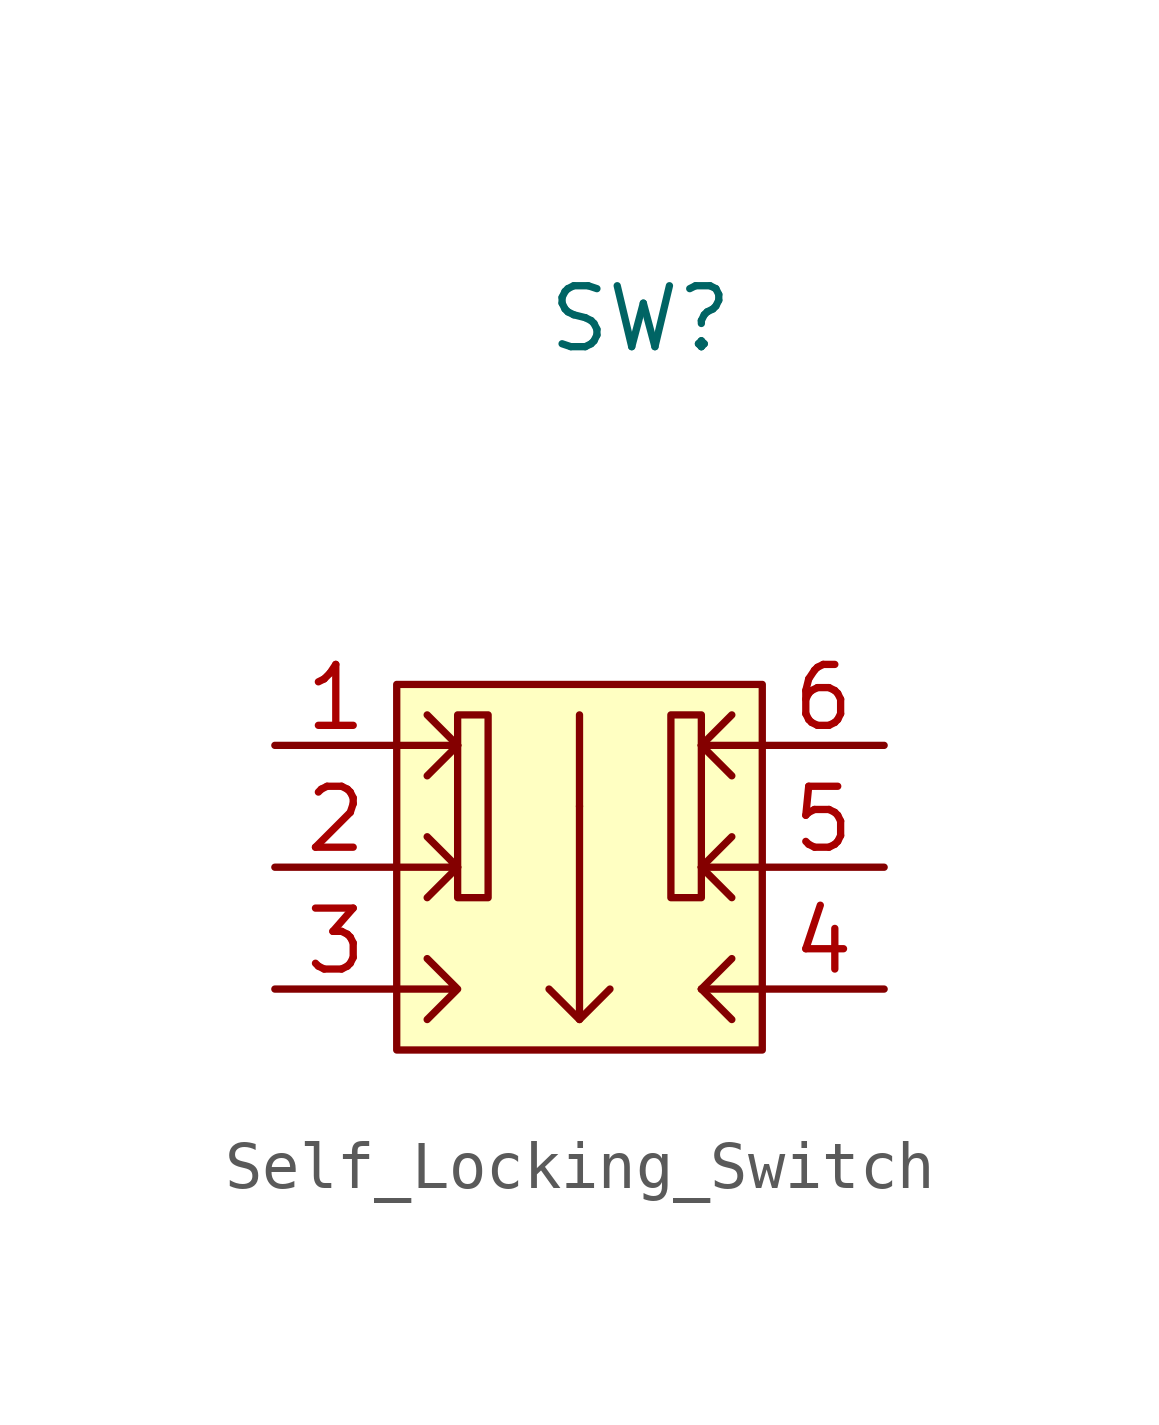
<source format=kicad_sym>
(kicad_symbol_lib
  (version 20220914)
  (generator kicad_symbol_editor)
  (symbol "Self_Locking_Switch"
    (property "Reference" "SW"
      (at 0 10.16 0)
      (effects (font (size 1.27 1.27))))
    (property "Value" ""
      (at -3.81 5.08 0)
      (effects (font (size 1.27 1.27))))
    (symbol "Self_Locking_Switch_0_1"
      (rectangle (start -5.08 2.54) (end 2.54 -5.08) (stroke (width 0) (type default)) (fill (type background)))
      (rectangle (start -1.27 0) (end -1.27 0) (stroke (width 0) (type default)) (fill (type none)))
      (polyline (pts (xy -5.08 1.27) (xy -3.81 1.27)) (stroke (width 0) (type default)) (fill (type none)))
      (polyline (pts (xy -3.81 -1.27) (xy -4.445 -1.905)) (stroke (width 0) (type default)) (fill (type none)))
      (polyline (pts (xy -3.81 1.27) (xy -4.445 0.635)) (stroke (width 0) (type default)) (fill (type none)))
      (polyline (pts (xy -3.81 1.27) (xy -4.445 1.905)) (stroke (width 0) (type default)) (fill (type none)))
      (polyline (pts (xy -1.27 -4.445) (xy -0.635 -3.81)) (stroke (width 0) (type default)) (fill (type none)))
      (polyline (pts (xy 1.27 -3.81) (xy 1.905 -4.445)) (stroke (width 0) (type default)) (fill (type none)))
      (polyline (pts (xy 1.27 -3.81) (xy 1.905 -3.175)) (stroke (width 0) (type default)) (fill (type none)))
      (polyline (pts (xy 1.27 -1.27) (xy 1.905 -1.905)) (stroke (width 0) (type default)) (fill (type none)))
      (polyline (pts (xy 1.27 -1.27) (xy 1.905 -0.635)) (stroke (width 0) (type default)) (fill (type none)))
      (polyline (pts (xy 1.27 1.27) (xy 1.905 0.635)) (stroke (width 0) (type default)) (fill (type none)))
      (polyline (pts (xy 1.27 1.27) (xy 1.905 1.905)) (stroke (width 0) (type default)) (fill (type none)))
      (polyline (pts (xy 2.54 -3.81) (xy 1.27 -3.81)) (stroke (width 0) (type default)) (fill (type none)))
      (polyline (pts (xy 2.54 -1.27) (xy 1.27 -1.27)) (stroke (width 0) (type default)) (fill (type none)))
      (polyline (pts (xy 2.54 1.27) (xy 1.27 1.27)) (stroke (width 0) (type default)) (fill (type none)))
      (polyline (pts (xy -5.08 -1.27) (xy -3.81 -1.27) (xy -4.445 -0.635)) (stroke (width 0) (type default)) (fill (type none)))
      (polyline (pts (xy -1.27 1.905) (xy -1.27 -3.81) (xy -1.27 -4.445) (xy -1.905 -3.81)) (stroke (width 0) (type default)) (fill (type none)))
      (polyline (pts (xy -5.08 -3.81) (xy -3.81 -3.81) (xy -4.445 -3.175) (xy -3.81 -3.81) (xy -4.445 -4.445)) (stroke (width 0) (type default)) (fill (type none)))
      (polyline (pts (xy -3.81 1.905) (xy -3.81 -1.905) (xy -3.175 -1.905) (xy -3.175 1.905) (xy -3.81 1.905)) (stroke (width 0) (type default)) (fill (type none)))
      (polyline (pts (xy 1.27 1.905) (xy 1.27 -1.905) (xy 0.635 -1.905) (xy 0.635 1.905) (xy 1.27 1.905)) (stroke (width 0) (type default)) (fill (type none))))
    (symbol "Self_Locking_Switch_1_0"
      (pin passive line (at 5.08 -3.81 180) (length 2.54) (name "" (effects (font (size 1.27 1.27)))) (number "4" (effects (font (size 1.27 1.27)))))
      (pin passive line (at 5.08 -1.27 180) (length 2.54) (name "" (effects (font (size 1.27 1.27)))) (number "5" (effects (font (size 1.27 1.27)))))
      (pin passive line (at 5.08 1.27 180) (length 2.54) (name "" (effects (font (size 1.27 1.27)))) (number "6" (effects (font (size 1.27 1.27))))))
    (symbol "Self_Locking_Switch_1_1"
      (pin passive line (at -7.62 1.27 0) (length 2.54) (name "" (effects (font (size 1.27 1.27)))) (number "1" (effects (font (size 1.27 1.27)))))
      (pin passive line (at -7.62 -1.27 0) (length 2.54) (name "" (effects (font (size 1.27 1.27)))) (number "2" (effects (font (size 1.27 1.27)))))
      (pin passive line (at -7.62 -3.81 0) (length 2.54) (name "" (effects (font (size 1.27 1.27)))) (number "3" (effects (font (size 1.27 1.27))))))))
</source>
